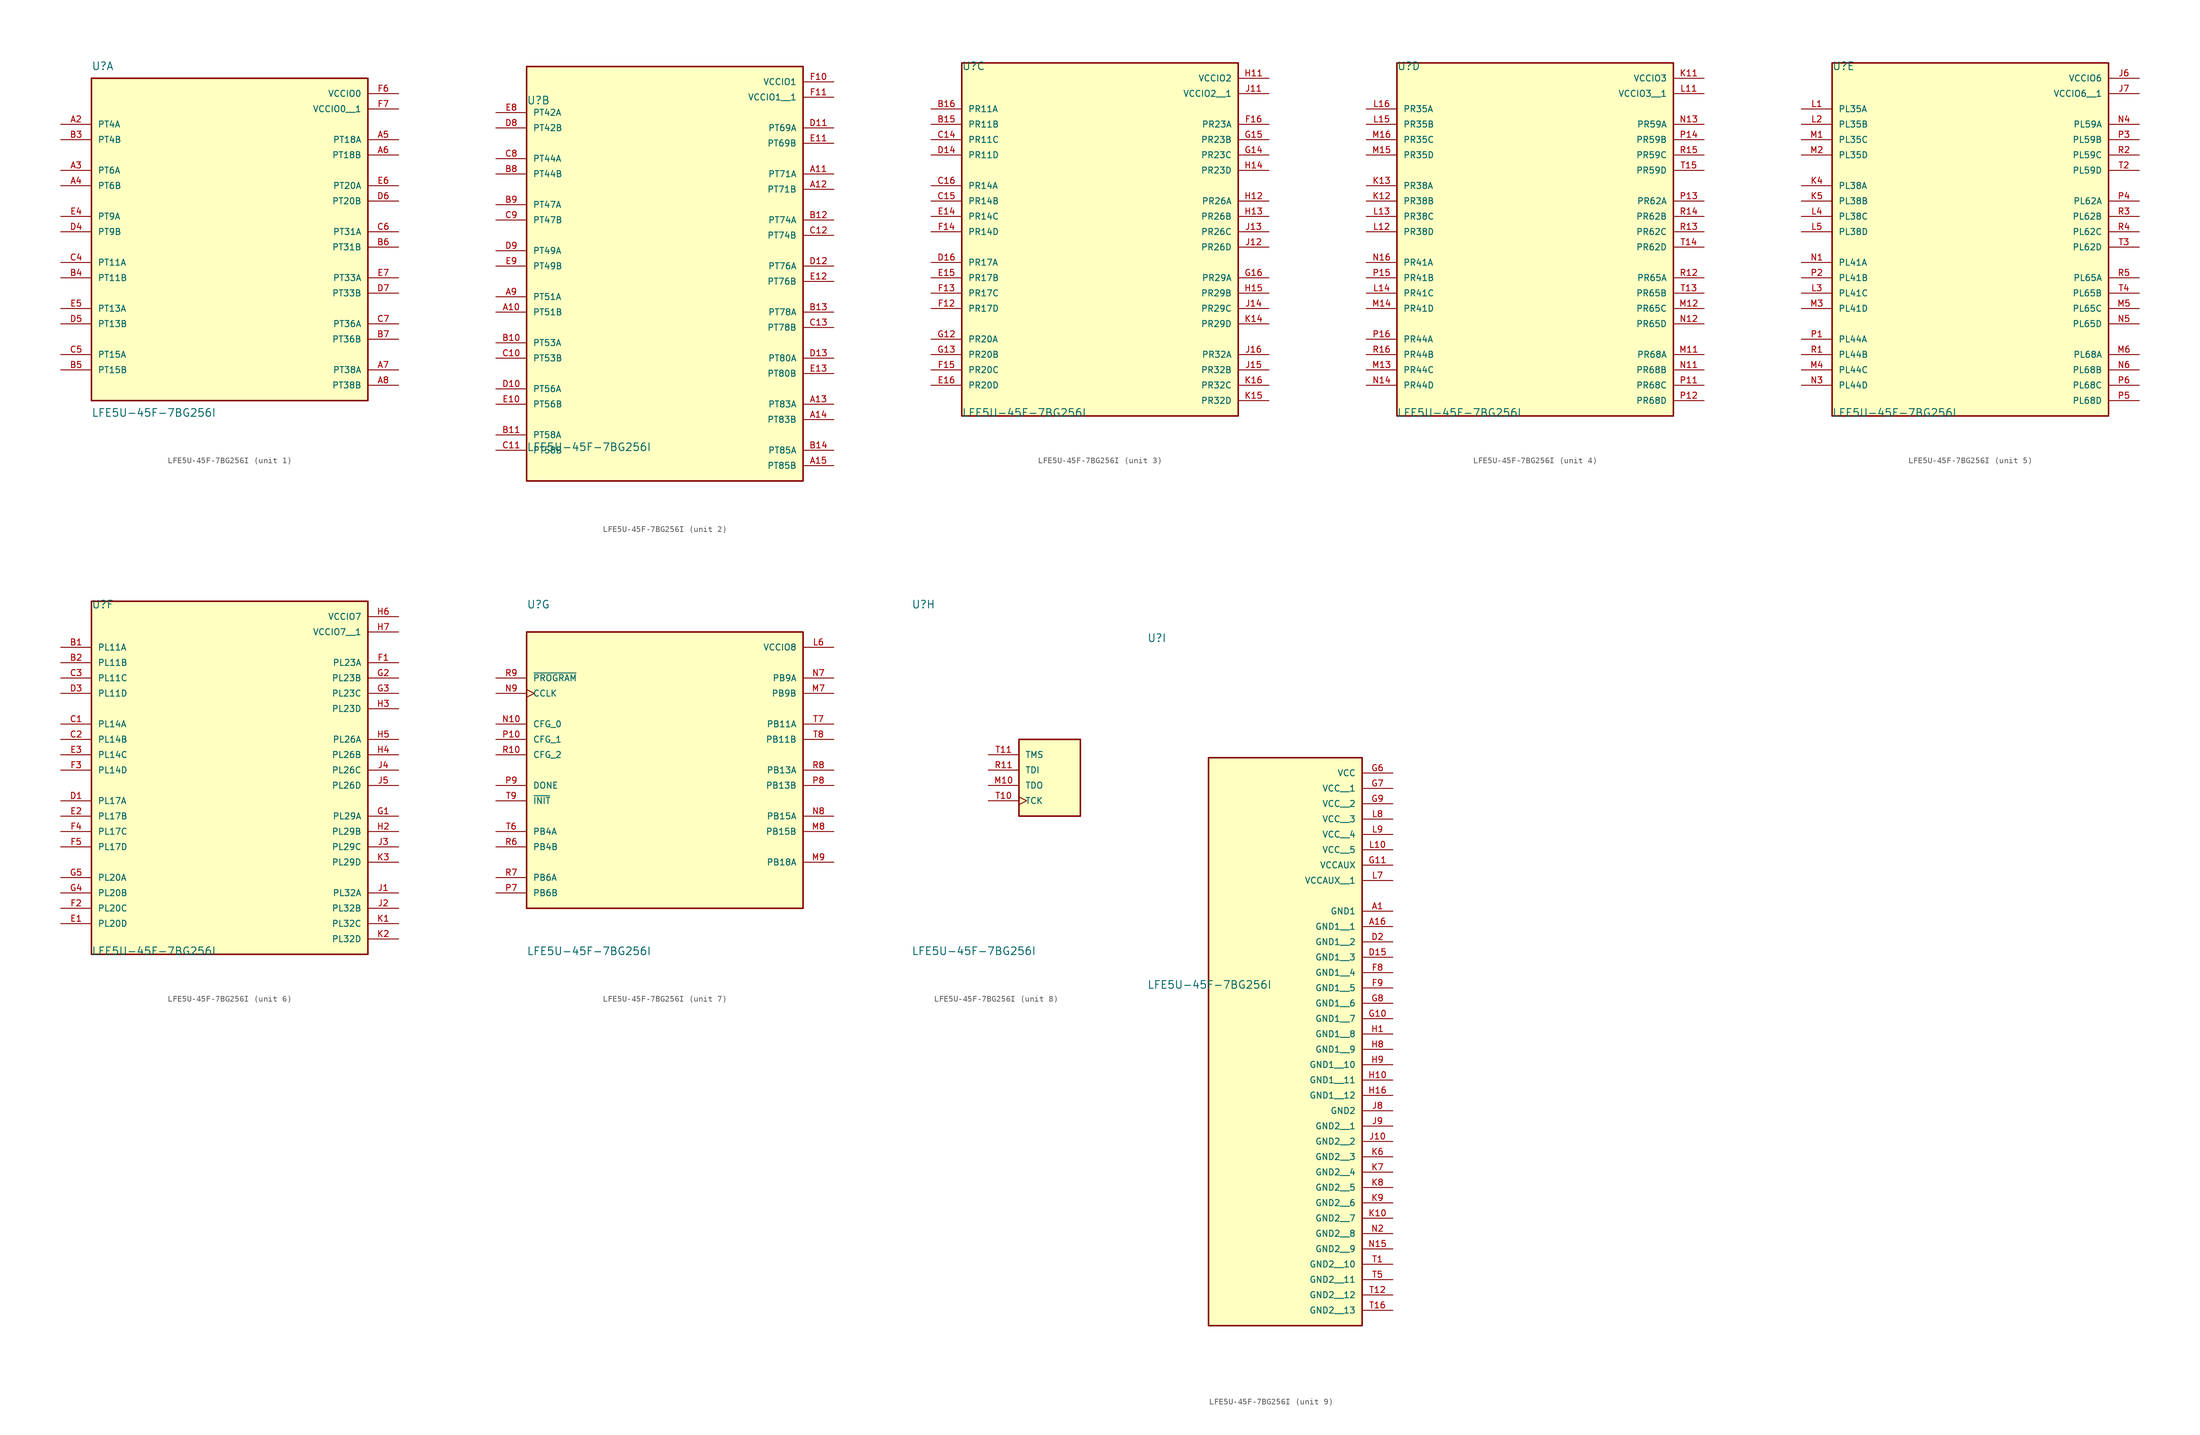
<source format=kicad_sym>
(kicad_symbol_lib
  (version 20211014)
  (generator kicad_symbol_editor)
  (symbol "LFE5U-45F-7BG256I"
    (pin_names
      (offset 1.016))
    (property "Reference" "U"
      (at -22.86 26.67 0)
      (effects (font (size 1.27 1.27)) (justify bottom left)))
    (property "Value" "LFE5U-45F-7BG256I"
      (at -22.86 -29.21 0)
      (effects (font (size 1.27 1.27)) (justify top left)))
    (symbol "LFE5U-45F-7BG256I_1_0"
      (rectangle (start -22.86 -27.94) (end 22.86 25.4) (stroke (width 0.254)) (fill (type background)))
      (pin power_in line (at 27.94 22.86 180.0) (length 5.08) (name "VCCIO0" (effects (font (size 1.016 1.016)))) (number "F6" (effects (font (size 1.016 1.016)))))
      (pin bidirectional line (at -27.94 -5.08 0) (length 5.08) (name "PT11A" (effects (font (size 1.016 1.016)))) (number "C4" (effects (font (size 1.016 1.016)))))
      (pin bidirectional line (at -27.94 -7.62 0) (length 5.08) (name "PT11B" (effects (font (size 1.016 1.016)))) (number "B4" (effects (font (size 1.016 1.016)))))
      (pin bidirectional line (at -27.94 -12.7 0) (length 5.08) (name "PT13A" (effects (font (size 1.016 1.016)))) (number "E5" (effects (font (size 1.016 1.016)))))
      (pin bidirectional line (at -27.94 -15.24 0) (length 5.08) (name "PT13B" (effects (font (size 1.016 1.016)))) (number "D5" (effects (font (size 1.016 1.016)))))
      (pin bidirectional line (at -27.94 -20.32 0) (length 5.08) (name "PT15A" (effects (font (size 1.016 1.016)))) (number "C5" (effects (font (size 1.016 1.016)))))
      (pin bidirectional line (at -27.94 -22.86 0) (length 5.08) (name "PT15B" (effects (font (size 1.016 1.016)))) (number "B5" (effects (font (size 1.016 1.016)))))
      (pin bidirectional line (at 27.94 15.24 180.0) (length 5.08) (name "PT18A" (effects (font (size 1.016 1.016)))) (number "A5" (effects (font (size 1.016 1.016)))))
      (pin bidirectional line (at 27.94 12.7 180.0) (length 5.08) (name "PT18B" (effects (font (size 1.016 1.016)))) (number "A6" (effects (font (size 1.016 1.016)))))
      (pin bidirectional line (at 27.94 7.62 180.0) (length 5.08) (name "PT20A" (effects (font (size 1.016 1.016)))) (number "E6" (effects (font (size 1.016 1.016)))))
      (pin bidirectional line (at 27.94 5.08 180.0) (length 5.08) (name "PT20B" (effects (font (size 1.016 1.016)))) (number "D6" (effects (font (size 1.016 1.016)))))
      (pin bidirectional line (at 27.94 0.0 180.0) (length 5.08) (name "PT31A" (effects (font (size 1.016 1.016)))) (number "C6" (effects (font (size 1.016 1.016)))))
      (pin bidirectional line (at 27.94 -2.54 180.0) (length 5.08) (name "PT31B" (effects (font (size 1.016 1.016)))) (number "B6" (effects (font (size 1.016 1.016)))))
      (pin bidirectional line (at 27.94 -7.62 180.0) (length 5.08) (name "PT33A" (effects (font (size 1.016 1.016)))) (number "E7" (effects (font (size 1.016 1.016)))))
      (pin bidirectional line (at 27.94 -10.16 180.0) (length 5.08) (name "PT33B" (effects (font (size 1.016 1.016)))) (number "D7" (effects (font (size 1.016 1.016)))))
      (pin bidirectional line (at 27.94 -15.24 180.0) (length 5.08) (name "PT36A" (effects (font (size 1.016 1.016)))) (number "C7" (effects (font (size 1.016 1.016)))))
      (pin bidirectional line (at 27.94 -17.78 180.0) (length 5.08) (name "PT36B" (effects (font (size 1.016 1.016)))) (number "B7" (effects (font (size 1.016 1.016)))))
      (pin bidirectional line (at 27.94 -22.86 180.0) (length 5.08) (name "PT38A" (effects (font (size 1.016 1.016)))) (number "A7" (effects (font (size 1.016 1.016)))))
      (pin bidirectional line (at 27.94 -25.4 180.0) (length 5.08) (name "PT38B" (effects (font (size 1.016 1.016)))) (number "A8" (effects (font (size 1.016 1.016)))))
      (pin bidirectional line (at -27.94 17.78 0) (length 5.08) (name "PT4A" (effects (font (size 1.016 1.016)))) (number "A2" (effects (font (size 1.016 1.016)))))
      (pin bidirectional line (at -27.94 15.24 0) (length 5.08) (name "PT4B" (effects (font (size 1.016 1.016)))) (number "B3" (effects (font (size 1.016 1.016)))))
      (pin bidirectional line (at -27.94 10.16 0) (length 5.08) (name "PT6A" (effects (font (size 1.016 1.016)))) (number "A3" (effects (font (size 1.016 1.016)))))
      (pin bidirectional line (at -27.94 7.62 0) (length 5.08) (name "PT6B" (effects (font (size 1.016 1.016)))) (number "A4" (effects (font (size 1.016 1.016)))))
      (pin bidirectional line (at -27.94 2.54 0) (length 5.08) (name "PT9A" (effects (font (size 1.016 1.016)))) (number "E4" (effects (font (size 1.016 1.016)))))
      (pin bidirectional line (at -27.94 0.0 0) (length 5.08) (name "PT9B" (effects (font (size 1.016 1.016)))) (number "D4" (effects (font (size 1.016 1.016)))))
      (pin power_in line (at 27.94 20.32 180.0) (length 5.08) (name "VCCIO0__1" (effects (font (size 1.016 1.016)))) (number "F7" (effects (font (size 1.016 1.016))))))
    (symbol "LFE5U-45F-7BG256I_2_0"
      (rectangle (start -22.86 -35.56) (end 22.86 33.02) (stroke (width 0.254)) (fill (type background)))
      (pin power_in line (at 27.94 30.48 180.0) (length 5.08) (name "VCCIO1" (effects (font (size 1.016 1.016)))) (number "F10" (effects (font (size 1.016 1.016)))))
      (pin bidirectional line (at -27.94 25.4 0) (length 5.08) (name "PT42A" (effects (font (size 1.016 1.016)))) (number "E8" (effects (font (size 1.016 1.016)))))
      (pin bidirectional line (at -27.94 22.86 0) (length 5.08) (name "PT42B" (effects (font (size 1.016 1.016)))) (number "D8" (effects (font (size 1.016 1.016)))))
      (pin bidirectional line (at -27.94 17.78 0) (length 5.08) (name "PT44A" (effects (font (size 1.016 1.016)))) (number "C8" (effects (font (size 1.016 1.016)))))
      (pin bidirectional line (at -27.94 15.24 0) (length 5.08) (name "PT44B" (effects (font (size 1.016 1.016)))) (number "B8" (effects (font (size 1.016 1.016)))))
      (pin bidirectional line (at -27.94 10.16 0) (length 5.08) (name "PT47A" (effects (font (size 1.016 1.016)))) (number "B9" (effects (font (size 1.016 1.016)))))
      (pin bidirectional line (at -27.94 7.62 0) (length 5.08) (name "PT47B" (effects (font (size 1.016 1.016)))) (number "C9" (effects (font (size 1.016 1.016)))))
      (pin bidirectional line (at -27.94 2.54 0) (length 5.08) (name "PT49A" (effects (font (size 1.016 1.016)))) (number "D9" (effects (font (size 1.016 1.016)))))
      (pin bidirectional line (at -27.94 0.0 0) (length 5.08) (name "PT49B" (effects (font (size 1.016 1.016)))) (number "E9" (effects (font (size 1.016 1.016)))))
      (pin bidirectional line (at -27.94 -5.08 0) (length 5.08) (name "PT51A" (effects (font (size 1.016 1.016)))) (number "A9" (effects (font (size 1.016 1.016)))))
      (pin bidirectional line (at -27.94 -7.62 0) (length 5.08) (name "PT51B" (effects (font (size 1.016 1.016)))) (number "A10" (effects (font (size 1.016 1.016)))))
      (pin bidirectional line (at -27.94 -12.7 0) (length 5.08) (name "PT53A" (effects (font (size 1.016 1.016)))) (number "B10" (effects (font (size 1.016 1.016)))))
      (pin bidirectional line (at -27.94 -15.24 0) (length 5.08) (name "PT53B" (effects (font (size 1.016 1.016)))) (number "C10" (effects (font (size 1.016 1.016)))))
      (pin bidirectional line (at -27.94 -20.32 0) (length 5.08) (name "PT56A" (effects (font (size 1.016 1.016)))) (number "D10" (effects (font (size 1.016 1.016)))))
      (pin bidirectional line (at -27.94 -22.86 0) (length 5.08) (name "PT56B" (effects (font (size 1.016 1.016)))) (number "E10" (effects (font (size 1.016 1.016)))))
      (pin bidirectional line (at -27.94 -27.94 0) (length 5.08) (name "PT58A" (effects (font (size 1.016 1.016)))) (number "B11" (effects (font (size 1.016 1.016)))))
      (pin bidirectional line (at -27.94 -30.48 0) (length 5.08) (name "PT58B" (effects (font (size 1.016 1.016)))) (number "C11" (effects (font (size 1.016 1.016)))))
      (pin bidirectional line (at 27.94 22.86 180.0) (length 5.08) (name "PT69A" (effects (font (size 1.016 1.016)))) (number "D11" (effects (font (size 1.016 1.016)))))
      (pin bidirectional line (at 27.94 20.32 180.0) (length 5.08) (name "PT69B" (effects (font (size 1.016 1.016)))) (number "E11" (effects (font (size 1.016 1.016)))))
      (pin bidirectional line (at 27.94 15.24 180.0) (length 5.08) (name "PT71A" (effects (font (size 1.016 1.016)))) (number "A11" (effects (font (size 1.016 1.016)))))
      (pin bidirectional line (at 27.94 12.7 180.0) (length 5.08) (name "PT71B" (effects (font (size 1.016 1.016)))) (number "A12" (effects (font (size 1.016 1.016)))))
      (pin bidirectional line (at 27.94 7.62 180.0) (length 5.08) (name "PT74A" (effects (font (size 1.016 1.016)))) (number "B12" (effects (font (size 1.016 1.016)))))
      (pin bidirectional line (at 27.94 5.08 180.0) (length 5.08) (name "PT74B" (effects (font (size 1.016 1.016)))) (number "C12" (effects (font (size 1.016 1.016)))))
      (pin bidirectional line (at 27.94 0.0 180.0) (length 5.08) (name "PT76A" (effects (font (size 1.016 1.016)))) (number "D12" (effects (font (size 1.016 1.016)))))
      (pin bidirectional line (at 27.94 -2.54 180.0) (length 5.08) (name "PT76B" (effects (font (size 1.016 1.016)))) (number "E12" (effects (font (size 1.016 1.016)))))
      (pin bidirectional line (at 27.94 -7.62 180.0) (length 5.08) (name "PT78A" (effects (font (size 1.016 1.016)))) (number "B13" (effects (font (size 1.016 1.016)))))
      (pin bidirectional line (at 27.94 -10.16 180.0) (length 5.08) (name "PT78B" (effects (font (size 1.016 1.016)))) (number "C13" (effects (font (size 1.016 1.016)))))
      (pin bidirectional line (at 27.94 -15.24 180.0) (length 5.08) (name "PT80A" (effects (font (size 1.016 1.016)))) (number "D13" (effects (font (size 1.016 1.016)))))
      (pin bidirectional line (at 27.94 -17.78 180.0) (length 5.08) (name "PT80B" (effects (font (size 1.016 1.016)))) (number "E13" (effects (font (size 1.016 1.016)))))
      (pin bidirectional line (at 27.94 -22.86 180.0) (length 5.08) (name "PT83A" (effects (font (size 1.016 1.016)))) (number "A13" (effects (font (size 1.016 1.016)))))
      (pin bidirectional line (at 27.94 -25.4 180.0) (length 5.08) (name "PT83B" (effects (font (size 1.016 1.016)))) (number "A14" (effects (font (size 1.016 1.016)))))
      (pin bidirectional line (at 27.94 -30.48 180.0) (length 5.08) (name "PT85A" (effects (font (size 1.016 1.016)))) (number "B14" (effects (font (size 1.016 1.016)))))
      (pin bidirectional line (at 27.94 -33.02 180.0) (length 5.08) (name "PT85B" (effects (font (size 1.016 1.016)))) (number "A15" (effects (font (size 1.016 1.016)))))
      (pin power_in line (at 27.94 27.94 180.0) (length 5.08) (name "VCCIO1__1" (effects (font (size 1.016 1.016)))) (number "F11" (effects (font (size 1.016 1.016))))))
    (symbol "LFE5U-45F-7BG256I_3_0"
      (rectangle (start -22.86 -30.48) (end 22.86 27.94) (stroke (width 0.254)) (fill (type background)))
      (pin power_in line (at 27.94 25.4 180.0) (length 5.08) (name "VCCIO2" (effects (font (size 1.016 1.016)))) (number "H11" (effects (font (size 1.016 1.016)))))
      (pin bidirectional line (at -27.94 20.32 0) (length 5.08) (name "PR11A" (effects (font (size 1.016 1.016)))) (number "B16" (effects (font (size 1.016 1.016)))))
      (pin bidirectional line (at -27.94 17.78 0) (length 5.08) (name "PR11B" (effects (font (size 1.016 1.016)))) (number "B15" (effects (font (size 1.016 1.016)))))
      (pin bidirectional line (at -27.94 15.24 0) (length 5.08) (name "PR11C" (effects (font (size 1.016 1.016)))) (number "C14" (effects (font (size 1.016 1.016)))))
      (pin bidirectional line (at -27.94 12.7 0) (length 5.08) (name "PR11D" (effects (font (size 1.016 1.016)))) (number "D14" (effects (font (size 1.016 1.016)))))
      (pin bidirectional line (at -27.94 7.62 0) (length 5.08) (name "PR14A" (effects (font (size 1.016 1.016)))) (number "C16" (effects (font (size 1.016 1.016)))))
      (pin bidirectional line (at -27.94 5.08 0) (length 5.08) (name "PR14B" (effects (font (size 1.016 1.016)))) (number "C15" (effects (font (size 1.016 1.016)))))
      (pin bidirectional line (at -27.94 2.54 0) (length 5.08) (name "PR14C" (effects (font (size 1.016 1.016)))) (number "E14" (effects (font (size 1.016 1.016)))))
      (pin bidirectional line (at -27.94 0.0 0) (length 5.08) (name "PR14D" (effects (font (size 1.016 1.016)))) (number "F14" (effects (font (size 1.016 1.016)))))
      (pin bidirectional line (at -27.94 -5.08 0) (length 5.08) (name "PR17A" (effects (font (size 1.016 1.016)))) (number "D16" (effects (font (size 1.016 1.016)))))
      (pin bidirectional line (at -27.94 -7.62 0) (length 5.08) (name "PR17B" (effects (font (size 1.016 1.016)))) (number "E15" (effects (font (size 1.016 1.016)))))
      (pin bidirectional line (at -27.94 -10.16 0) (length 5.08) (name "PR17C" (effects (font (size 1.016 1.016)))) (number "F13" (effects (font (size 1.016 1.016)))))
      (pin bidirectional line (at -27.94 -12.7 0) (length 5.08) (name "PR17D" (effects (font (size 1.016 1.016)))) (number "F12" (effects (font (size 1.016 1.016)))))
      (pin bidirectional line (at -27.94 -17.78 0) (length 5.08) (name "PR20A" (effects (font (size 1.016 1.016)))) (number "G12" (effects (font (size 1.016 1.016)))))
      (pin bidirectional line (at -27.94 -20.32 0) (length 5.08) (name "PR20B" (effects (font (size 1.016 1.016)))) (number "G13" (effects (font (size 1.016 1.016)))))
      (pin bidirectional line (at -27.94 -22.86 0) (length 5.08) (name "PR20C" (effects (font (size 1.016 1.016)))) (number "F15" (effects (font (size 1.016 1.016)))))
      (pin bidirectional line (at -27.94 -25.4 0) (length 5.08) (name "PR20D" (effects (font (size 1.016 1.016)))) (number "E16" (effects (font (size 1.016 1.016)))))
      (pin bidirectional line (at 27.94 17.78 180.0) (length 5.08) (name "PR23A" (effects (font (size 1.016 1.016)))) (number "F16" (effects (font (size 1.016 1.016)))))
      (pin bidirectional line (at 27.94 15.24 180.0) (length 5.08) (name "PR23B" (effects (font (size 1.016 1.016)))) (number "G15" (effects (font (size 1.016 1.016)))))
      (pin bidirectional line (at 27.94 12.7 180.0) (length 5.08) (name "PR23C" (effects (font (size 1.016 1.016)))) (number "G14" (effects (font (size 1.016 1.016)))))
      (pin bidirectional line (at 27.94 10.16 180.0) (length 5.08) (name "PR23D" (effects (font (size 1.016 1.016)))) (number "H14" (effects (font (size 1.016 1.016)))))
      (pin bidirectional line (at 27.94 5.08 180.0) (length 5.08) (name "PR26A" (effects (font (size 1.016 1.016)))) (number "H12" (effects (font (size 1.016 1.016)))))
      (pin bidirectional line (at 27.94 2.54 180.0) (length 5.08) (name "PR26B" (effects (font (size 1.016 1.016)))) (number "H13" (effects (font (size 1.016 1.016)))))
      (pin bidirectional line (at 27.94 0.0 180.0) (length 5.08) (name "PR26C" (effects (font (size 1.016 1.016)))) (number "J13" (effects (font (size 1.016 1.016)))))
      (pin bidirectional line (at 27.94 -2.54 180.0) (length 5.08) (name "PR26D" (effects (font (size 1.016 1.016)))) (number "J12" (effects (font (size 1.016 1.016)))))
      (pin bidirectional line (at 27.94 -7.62 180.0) (length 5.08) (name "PR29A" (effects (font (size 1.016 1.016)))) (number "G16" (effects (font (size 1.016 1.016)))))
      (pin bidirectional line (at 27.94 -10.16 180.0) (length 5.08) (name "PR29B" (effects (font (size 1.016 1.016)))) (number "H15" (effects (font (size 1.016 1.016)))))
      (pin bidirectional line (at 27.94 -12.7 180.0) (length 5.08) (name "PR29C" (effects (font (size 1.016 1.016)))) (number "J14" (effects (font (size 1.016 1.016)))))
      (pin bidirectional line (at 27.94 -15.24 180.0) (length 5.08) (name "PR29D" (effects (font (size 1.016 1.016)))) (number "K14" (effects (font (size 1.016 1.016)))))
      (pin bidirectional line (at 27.94 -20.32 180.0) (length 5.08) (name "PR32A" (effects (font (size 1.016 1.016)))) (number "J16" (effects (font (size 1.016 1.016)))))
      (pin bidirectional line (at 27.94 -22.86 180.0) (length 5.08) (name "PR32B" (effects (font (size 1.016 1.016)))) (number "J15" (effects (font (size 1.016 1.016)))))
      (pin bidirectional line (at 27.94 -25.4 180.0) (length 5.08) (name "PR32C" (effects (font (size 1.016 1.016)))) (number "K16" (effects (font (size 1.016 1.016)))))
      (pin bidirectional line (at 27.94 -27.94 180.0) (length 5.08) (name "PR32D" (effects (font (size 1.016 1.016)))) (number "K15" (effects (font (size 1.016 1.016)))))
      (pin power_in line (at 27.94 22.86 180.0) (length 5.08) (name "VCCIO2__1" (effects (font (size 1.016 1.016)))) (number "J11" (effects (font (size 1.016 1.016))))))
    (symbol "LFE5U-45F-7BG256I_4_0"
      (rectangle (start -22.86 -30.48) (end 22.86 27.94) (stroke (width 0.254)) (fill (type background)))
      (pin power_in line (at 27.94 25.4 180.0) (length 5.08) (name "VCCIO3" (effects (font (size 1.016 1.016)))) (number "K11" (effects (font (size 1.016 1.016)))))
      (pin bidirectional line (at -27.94 20.32 0) (length 5.08) (name "PR35A" (effects (font (size 1.016 1.016)))) (number "L16" (effects (font (size 1.016 1.016)))))
      (pin bidirectional line (at -27.94 17.78 0) (length 5.08) (name "PR35B" (effects (font (size 1.016 1.016)))) (number "L15" (effects (font (size 1.016 1.016)))))
      (pin bidirectional line (at -27.94 15.24 0) (length 5.08) (name "PR35C" (effects (font (size 1.016 1.016)))) (number "M16" (effects (font (size 1.016 1.016)))))
      (pin bidirectional line (at -27.94 12.7 0) (length 5.08) (name "PR35D" (effects (font (size 1.016 1.016)))) (number "M15" (effects (font (size 1.016 1.016)))))
      (pin bidirectional line (at -27.94 7.62 0) (length 5.08) (name "PR38A" (effects (font (size 1.016 1.016)))) (number "K13" (effects (font (size 1.016 1.016)))))
      (pin bidirectional line (at -27.94 5.08 0) (length 5.08) (name "PR38B" (effects (font (size 1.016 1.016)))) (number "K12" (effects (font (size 1.016 1.016)))))
      (pin bidirectional line (at -27.94 2.54 0) (length 5.08) (name "PR38C" (effects (font (size 1.016 1.016)))) (number "L13" (effects (font (size 1.016 1.016)))))
      (pin bidirectional line (at -27.94 0.0 0) (length 5.08) (name "PR38D" (effects (font (size 1.016 1.016)))) (number "L12" (effects (font (size 1.016 1.016)))))
      (pin bidirectional line (at -27.94 -5.08 0) (length 5.08) (name "PR41A" (effects (font (size 1.016 1.016)))) (number "N16" (effects (font (size 1.016 1.016)))))
      (pin bidirectional line (at -27.94 -7.62 0) (length 5.08) (name "PR41B" (effects (font (size 1.016 1.016)))) (number "P15" (effects (font (size 1.016 1.016)))))
      (pin bidirectional line (at -27.94 -10.16 0) (length 5.08) (name "PR41C" (effects (font (size 1.016 1.016)))) (number "L14" (effects (font (size 1.016 1.016)))))
      (pin bidirectional line (at -27.94 -12.7 0) (length 5.08) (name "PR41D" (effects (font (size 1.016 1.016)))) (number "M14" (effects (font (size 1.016 1.016)))))
      (pin bidirectional line (at -27.94 -17.78 0) (length 5.08) (name "PR44A" (effects (font (size 1.016 1.016)))) (number "P16" (effects (font (size 1.016 1.016)))))
      (pin bidirectional line (at -27.94 -20.32 0) (length 5.08) (name "PR44B" (effects (font (size 1.016 1.016)))) (number "R16" (effects (font (size 1.016 1.016)))))
      (pin bidirectional line (at -27.94 -22.86 0) (length 5.08) (name "PR44C" (effects (font (size 1.016 1.016)))) (number "M13" (effects (font (size 1.016 1.016)))))
      (pin bidirectional line (at -27.94 -25.4 0) (length 5.08) (name "PR44D" (effects (font (size 1.016 1.016)))) (number "N14" (effects (font (size 1.016 1.016)))))
      (pin bidirectional line (at 27.94 17.78 180.0) (length 5.08) (name "PR59A" (effects (font (size 1.016 1.016)))) (number "N13" (effects (font (size 1.016 1.016)))))
      (pin bidirectional line (at 27.94 15.24 180.0) (length 5.08) (name "PR59B" (effects (font (size 1.016 1.016)))) (number "P14" (effects (font (size 1.016 1.016)))))
      (pin bidirectional line (at 27.94 12.7 180.0) (length 5.08) (name "PR59C" (effects (font (size 1.016 1.016)))) (number "R15" (effects (font (size 1.016 1.016)))))
      (pin bidirectional line (at 27.94 10.16 180.0) (length 5.08) (name "PR59D" (effects (font (size 1.016 1.016)))) (number "T15" (effects (font (size 1.016 1.016)))))
      (pin bidirectional line (at 27.94 5.08 180.0) (length 5.08) (name "PR62A" (effects (font (size 1.016 1.016)))) (number "P13" (effects (font (size 1.016 1.016)))))
      (pin bidirectional line (at 27.94 2.54 180.0) (length 5.08) (name "PR62B" (effects (font (size 1.016 1.016)))) (number "R14" (effects (font (size 1.016 1.016)))))
      (pin bidirectional line (at 27.94 0.0 180.0) (length 5.08) (name "PR62C" (effects (font (size 1.016 1.016)))) (number "R13" (effects (font (size 1.016 1.016)))))
      (pin bidirectional line (at 27.94 -2.54 180.0) (length 5.08) (name "PR62D" (effects (font (size 1.016 1.016)))) (number "T14" (effects (font (size 1.016 1.016)))))
      (pin bidirectional line (at 27.94 -7.62 180.0) (length 5.08) (name "PR65A" (effects (font (size 1.016 1.016)))) (number "R12" (effects (font (size 1.016 1.016)))))
      (pin bidirectional line (at 27.94 -10.16 180.0) (length 5.08) (name "PR65B" (effects (font (size 1.016 1.016)))) (number "T13" (effects (font (size 1.016 1.016)))))
      (pin bidirectional line (at 27.94 -12.7 180.0) (length 5.08) (name "PR65C" (effects (font (size 1.016 1.016)))) (number "M12" (effects (font (size 1.016 1.016)))))
      (pin bidirectional line (at 27.94 -15.24 180.0) (length 5.08) (name "PR65D" (effects (font (size 1.016 1.016)))) (number "N12" (effects (font (size 1.016 1.016)))))
      (pin bidirectional line (at 27.94 -20.32 180.0) (length 5.08) (name "PR68A" (effects (font (size 1.016 1.016)))) (number "M11" (effects (font (size 1.016 1.016)))))
      (pin bidirectional line (at 27.94 -22.86 180.0) (length 5.08) (name "PR68B" (effects (font (size 1.016 1.016)))) (number "N11" (effects (font (size 1.016 1.016)))))
      (pin bidirectional line (at 27.94 -25.4 180.0) (length 5.08) (name "PR68C" (effects (font (size 1.016 1.016)))) (number "P11" (effects (font (size 1.016 1.016)))))
      (pin bidirectional line (at 27.94 -27.94 180.0) (length 5.08) (name "PR68D" (effects (font (size 1.016 1.016)))) (number "P12" (effects (font (size 1.016 1.016)))))
      (pin power_in line (at 27.94 22.86 180.0) (length 5.08) (name "VCCIO3__1" (effects (font (size 1.016 1.016)))) (number "L11" (effects (font (size 1.016 1.016))))))
    (symbol "LFE5U-45F-7BG256I_5_0"
      (rectangle (start -22.86 -30.48) (end 22.86 27.94) (stroke (width 0.254)) (fill (type background)))
      (pin power_in line (at 27.94 25.4 180.0) (length 5.08) (name "VCCIO6" (effects (font (size 1.016 1.016)))) (number "J6" (effects (font (size 1.016 1.016)))))
      (pin bidirectional line (at -27.94 20.32 0) (length 5.08) (name "PL35A" (effects (font (size 1.016 1.016)))) (number "L1" (effects (font (size 1.016 1.016)))))
      (pin bidirectional line (at -27.94 17.78 0) (length 5.08) (name "PL35B" (effects (font (size 1.016 1.016)))) (number "L2" (effects (font (size 1.016 1.016)))))
      (pin bidirectional line (at -27.94 15.24 0) (length 5.08) (name "PL35C" (effects (font (size 1.016 1.016)))) (number "M1" (effects (font (size 1.016 1.016)))))
      (pin bidirectional line (at -27.94 12.7 0) (length 5.08) (name "PL35D" (effects (font (size 1.016 1.016)))) (number "M2" (effects (font (size 1.016 1.016)))))
      (pin bidirectional line (at -27.94 7.62 0) (length 5.08) (name "PL38A" (effects (font (size 1.016 1.016)))) (number "K4" (effects (font (size 1.016 1.016)))))
      (pin bidirectional line (at -27.94 5.08 0) (length 5.08) (name "PL38B" (effects (font (size 1.016 1.016)))) (number "K5" (effects (font (size 1.016 1.016)))))
      (pin bidirectional line (at -27.94 2.54 0) (length 5.08) (name "PL38C" (effects (font (size 1.016 1.016)))) (number "L4" (effects (font (size 1.016 1.016)))))
      (pin bidirectional line (at -27.94 0.0 0) (length 5.08) (name "PL38D" (effects (font (size 1.016 1.016)))) (number "L5" (effects (font (size 1.016 1.016)))))
      (pin bidirectional line (at -27.94 -5.08 0) (length 5.08) (name "PL41A" (effects (font (size 1.016 1.016)))) (number "N1" (effects (font (size 1.016 1.016)))))
      (pin bidirectional line (at -27.94 -7.62 0) (length 5.08) (name "PL41B" (effects (font (size 1.016 1.016)))) (number "P2" (effects (font (size 1.016 1.016)))))
      (pin bidirectional line (at -27.94 -10.16 0) (length 5.08) (name "PL41C" (effects (font (size 1.016 1.016)))) (number "L3" (effects (font (size 1.016 1.016)))))
      (pin bidirectional line (at -27.94 -12.7 0) (length 5.08) (name "PL41D" (effects (font (size 1.016 1.016)))) (number "M3" (effects (font (size 1.016 1.016)))))
      (pin bidirectional line (at -27.94 -17.78 0) (length 5.08) (name "PL44A" (effects (font (size 1.016 1.016)))) (number "P1" (effects (font (size 1.016 1.016)))))
      (pin bidirectional line (at -27.94 -20.32 0) (length 5.08) (name "PL44B" (effects (font (size 1.016 1.016)))) (number "R1" (effects (font (size 1.016 1.016)))))
      (pin bidirectional line (at -27.94 -22.86 0) (length 5.08) (name "PL44C" (effects (font (size 1.016 1.016)))) (number "M4" (effects (font (size 1.016 1.016)))))
      (pin bidirectional line (at -27.94 -25.4 0) (length 5.08) (name "PL44D" (effects (font (size 1.016 1.016)))) (number "N3" (effects (font (size 1.016 1.016)))))
      (pin bidirectional line (at 27.94 17.78 180.0) (length 5.08) (name "PL59A" (effects (font (size 1.016 1.016)))) (number "N4" (effects (font (size 1.016 1.016)))))
      (pin bidirectional line (at 27.94 15.24 180.0) (length 5.08) (name "PL59B" (effects (font (size 1.016 1.016)))) (number "P3" (effects (font (size 1.016 1.016)))))
      (pin bidirectional line (at 27.94 12.7 180.0) (length 5.08) (name "PL59C" (effects (font (size 1.016 1.016)))) (number "R2" (effects (font (size 1.016 1.016)))))
      (pin bidirectional line (at 27.94 10.16 180.0) (length 5.08) (name "PL59D" (effects (font (size 1.016 1.016)))) (number "T2" (effects (font (size 1.016 1.016)))))
      (pin bidirectional line (at 27.94 5.08 180.0) (length 5.08) (name "PL62A" (effects (font (size 1.016 1.016)))) (number "P4" (effects (font (size 1.016 1.016)))))
      (pin bidirectional line (at 27.94 2.54 180.0) (length 5.08) (name "PL62B" (effects (font (size 1.016 1.016)))) (number "R3" (effects (font (size 1.016 1.016)))))
      (pin bidirectional line (at 27.94 0.0 180.0) (length 5.08) (name "PL62C" (effects (font (size 1.016 1.016)))) (number "R4" (effects (font (size 1.016 1.016)))))
      (pin bidirectional line (at 27.94 -2.54 180.0) (length 5.08) (name "PL62D" (effects (font (size 1.016 1.016)))) (number "T3" (effects (font (size 1.016 1.016)))))
      (pin bidirectional line (at 27.94 -7.62 180.0) (length 5.08) (name "PL65A" (effects (font (size 1.016 1.016)))) (number "R5" (effects (font (size 1.016 1.016)))))
      (pin bidirectional line (at 27.94 -10.16 180.0) (length 5.08) (name "PL65B" (effects (font (size 1.016 1.016)))) (number "T4" (effects (font (size 1.016 1.016)))))
      (pin bidirectional line (at 27.94 -12.7 180.0) (length 5.08) (name "PL65C" (effects (font (size 1.016 1.016)))) (number "M5" (effects (font (size 1.016 1.016)))))
      (pin bidirectional line (at 27.94 -15.24 180.0) (length 5.08) (name "PL65D" (effects (font (size 1.016 1.016)))) (number "N5" (effects (font (size 1.016 1.016)))))
      (pin bidirectional line (at 27.94 -20.32 180.0) (length 5.08) (name "PL68A" (effects (font (size 1.016 1.016)))) (number "M6" (effects (font (size 1.016 1.016)))))
      (pin bidirectional line (at 27.94 -22.86 180.0) (length 5.08) (name "PL68B" (effects (font (size 1.016 1.016)))) (number "N6" (effects (font (size 1.016 1.016)))))
      (pin bidirectional line (at 27.94 -25.4 180.0) (length 5.08) (name "PL68C" (effects (font (size 1.016 1.016)))) (number "P6" (effects (font (size 1.016 1.016)))))
      (pin bidirectional line (at 27.94 -27.94 180.0) (length 5.08) (name "PL68D" (effects (font (size 1.016 1.016)))) (number "P5" (effects (font (size 1.016 1.016)))))
      (pin power_in line (at 27.94 22.86 180.0) (length 5.08) (name "VCCIO6__1" (effects (font (size 1.016 1.016)))) (number "J7" (effects (font (size 1.016 1.016))))))
    (symbol "LFE5U-45F-7BG256I_6_0"
      (rectangle (start -22.86 -30.48) (end 22.86 27.94) (stroke (width 0.254)) (fill (type background)))
      (pin power_in line (at 27.94 25.4 180.0) (length 5.08) (name "VCCIO7" (effects (font (size 1.016 1.016)))) (number "H6" (effects (font (size 1.016 1.016)))))
      (pin bidirectional line (at -27.94 20.32 0) (length 5.08) (name "PL11A" (effects (font (size 1.016 1.016)))) (number "B1" (effects (font (size 1.016 1.016)))))
      (pin bidirectional line (at -27.94 17.78 0) (length 5.08) (name "PL11B" (effects (font (size 1.016 1.016)))) (number "B2" (effects (font (size 1.016 1.016)))))
      (pin bidirectional line (at -27.94 15.24 0) (length 5.08) (name "PL11C" (effects (font (size 1.016 1.016)))) (number "C3" (effects (font (size 1.016 1.016)))))
      (pin bidirectional line (at -27.94 12.7 0) (length 5.08) (name "PL11D" (effects (font (size 1.016 1.016)))) (number "D3" (effects (font (size 1.016 1.016)))))
      (pin bidirectional line (at -27.94 7.62 0) (length 5.08) (name "PL14A" (effects (font (size 1.016 1.016)))) (number "C1" (effects (font (size 1.016 1.016)))))
      (pin bidirectional line (at -27.94 5.08 0) (length 5.08) (name "PL14B" (effects (font (size 1.016 1.016)))) (number "C2" (effects (font (size 1.016 1.016)))))
      (pin bidirectional line (at -27.94 2.54 0) (length 5.08) (name "PL14C" (effects (font (size 1.016 1.016)))) (number "E3" (effects (font (size 1.016 1.016)))))
      (pin bidirectional line (at -27.94 0.0 0) (length 5.08) (name "PL14D" (effects (font (size 1.016 1.016)))) (number "F3" (effects (font (size 1.016 1.016)))))
      (pin bidirectional line (at -27.94 -5.08 0) (length 5.08) (name "PL17A" (effects (font (size 1.016 1.016)))) (number "D1" (effects (font (size 1.016 1.016)))))
      (pin bidirectional line (at -27.94 -7.62 0) (length 5.08) (name "PL17B" (effects (font (size 1.016 1.016)))) (number "E2" (effects (font (size 1.016 1.016)))))
      (pin bidirectional line (at -27.94 -10.16 0) (length 5.08) (name "PL17C" (effects (font (size 1.016 1.016)))) (number "F4" (effects (font (size 1.016 1.016)))))
      (pin bidirectional line (at -27.94 -12.7 0) (length 5.08) (name "PL17D" (effects (font (size 1.016 1.016)))) (number "F5" (effects (font (size 1.016 1.016)))))
      (pin bidirectional line (at -27.94 -17.78 0) (length 5.08) (name "PL20A" (effects (font (size 1.016 1.016)))) (number "G5" (effects (font (size 1.016 1.016)))))
      (pin bidirectional line (at -27.94 -20.32 0) (length 5.08) (name "PL20B" (effects (font (size 1.016 1.016)))) (number "G4" (effects (font (size 1.016 1.016)))))
      (pin bidirectional line (at -27.94 -22.86 0) (length 5.08) (name "PL20C" (effects (font (size 1.016 1.016)))) (number "F2" (effects (font (size 1.016 1.016)))))
      (pin bidirectional line (at -27.94 -25.4 0) (length 5.08) (name "PL20D" (effects (font (size 1.016 1.016)))) (number "E1" (effects (font (size 1.016 1.016)))))
      (pin bidirectional line (at 27.94 17.78 180.0) (length 5.08) (name "PL23A" (effects (font (size 1.016 1.016)))) (number "F1" (effects (font (size 1.016 1.016)))))
      (pin bidirectional line (at 27.94 15.24 180.0) (length 5.08) (name "PL23B" (effects (font (size 1.016 1.016)))) (number "G2" (effects (font (size 1.016 1.016)))))
      (pin bidirectional line (at 27.94 12.7 180.0) (length 5.08) (name "PL23C" (effects (font (size 1.016 1.016)))) (number "G3" (effects (font (size 1.016 1.016)))))
      (pin bidirectional line (at 27.94 10.16 180.0) (length 5.08) (name "PL23D" (effects (font (size 1.016 1.016)))) (number "H3" (effects (font (size 1.016 1.016)))))
      (pin bidirectional line (at 27.94 5.08 180.0) (length 5.08) (name "PL26A" (effects (font (size 1.016 1.016)))) (number "H5" (effects (font (size 1.016 1.016)))))
      (pin bidirectional line (at 27.94 2.54 180.0) (length 5.08) (name "PL26B" (effects (font (size 1.016 1.016)))) (number "H4" (effects (font (size 1.016 1.016)))))
      (pin bidirectional line (at 27.94 0.0 180.0) (length 5.08) (name "PL26C" (effects (font (size 1.016 1.016)))) (number "J4" (effects (font (size 1.016 1.016)))))
      (pin bidirectional line (at 27.94 -2.54 180.0) (length 5.08) (name "PL26D" (effects (font (size 1.016 1.016)))) (number "J5" (effects (font (size 1.016 1.016)))))
      (pin bidirectional line (at 27.94 -7.62 180.0) (length 5.08) (name "PL29A" (effects (font (size 1.016 1.016)))) (number "G1" (effects (font (size 1.016 1.016)))))
      (pin bidirectional line (at 27.94 -10.16 180.0) (length 5.08) (name "PL29B" (effects (font (size 1.016 1.016)))) (number "H2" (effects (font (size 1.016 1.016)))))
      (pin bidirectional line (at 27.94 -12.7 180.0) (length 5.08) (name "PL29C" (effects (font (size 1.016 1.016)))) (number "J3" (effects (font (size 1.016 1.016)))))
      (pin bidirectional line (at 27.94 -15.24 180.0) (length 5.08) (name "PL29D" (effects (font (size 1.016 1.016)))) (number "K3" (effects (font (size 1.016 1.016)))))
      (pin bidirectional line (at 27.94 -20.32 180.0) (length 5.08) (name "PL32A" (effects (font (size 1.016 1.016)))) (number "J1" (effects (font (size 1.016 1.016)))))
      (pin bidirectional line (at 27.94 -22.86 180.0) (length 5.08) (name "PL32B" (effects (font (size 1.016 1.016)))) (number "J2" (effects (font (size 1.016 1.016)))))
      (pin bidirectional line (at 27.94 -25.4 180.0) (length 5.08) (name "PL32C" (effects (font (size 1.016 1.016)))) (number "K1" (effects (font (size 1.016 1.016)))))
      (pin bidirectional line (at 27.94 -27.94 180.0) (length 5.08) (name "PL32D" (effects (font (size 1.016 1.016)))) (number "K2" (effects (font (size 1.016 1.016)))))
      (pin power_in line (at 27.94 22.86 180.0) (length 5.08) (name "VCCIO7__1" (effects (font (size 1.016 1.016)))) (number "H7" (effects (font (size 1.016 1.016))))))
    (symbol "LFE5U-45F-7BG256I_7_0"
      (rectangle (start -22.86 -22.86) (end 22.86 22.86) (stroke (width 0.254)) (fill (type background)))
      (pin power_in line (at 27.94 20.32 180.0) (length 5.08) (name "VCCIO8" (effects (font (size 1.016 1.016)))) (number "L6" (effects (font (size 1.016 1.016)))))
      (pin input clock (at -27.94 12.7 0) (length 5.08) (name "CCLK" (effects (font (size 1.016 1.016)))) (number "N9" (effects (font (size 1.016 1.016)))))
      (pin input line (at -27.94 7.62 0) (length 5.08) (name "CFG_0" (effects (font (size 1.016 1.016)))) (number "N10" (effects (font (size 1.016 1.016)))))
      (pin input line (at -27.94 5.08 0) (length 5.08) (name "CFG_1" (effects (font (size 1.016 1.016)))) (number "P10" (effects (font (size 1.016 1.016)))))
      (pin input line (at -27.94 2.54 0) (length 5.08) (name "CFG_2" (effects (font (size 1.016 1.016)))) (number "R10" (effects (font (size 1.016 1.016)))))
      (pin input line (at -27.94 15.24 0) (length 5.08) (name "~{PROGRAM}" (effects (font (size 1.016 1.016)))) (number "R9" (effects (font (size 1.016 1.016)))))
      (pin bidirectional line (at -27.94 -2.54 0) (length 5.08) (name "DONE" (effects (font (size 1.016 1.016)))) (number "P9" (effects (font (size 1.016 1.016)))))
      (pin bidirectional line (at -27.94 -5.08 0) (length 5.08) (name "~{INIT}" (effects (font (size 1.016 1.016)))) (number "T9" (effects (font (size 1.016 1.016)))))
      (pin bidirectional line (at 27.94 7.62 180.0) (length 5.08) (name "PB11A" (effects (font (size 1.016 1.016)))) (number "T7" (effects (font (size 1.016 1.016)))))
      (pin bidirectional line (at 27.94 5.08 180.0) (length 5.08) (name "PB11B" (effects (font (size 1.016 1.016)))) (number "T8" (effects (font (size 1.016 1.016)))))
      (pin bidirectional line (at 27.94 0.0 180.0) (length 5.08) (name "PB13A" (effects (font (size 1.016 1.016)))) (number "R8" (effects (font (size 1.016 1.016)))))
      (pin bidirectional line (at 27.94 -2.54 180.0) (length 5.08) (name "PB13B" (effects (font (size 1.016 1.016)))) (number "P8" (effects (font (size 1.016 1.016)))))
      (pin bidirectional line (at 27.94 -7.62 180.0) (length 5.08) (name "PB15A" (effects (font (size 1.016 1.016)))) (number "N8" (effects (font (size 1.016 1.016)))))
      (pin bidirectional line (at 27.94 -10.16 180.0) (length 5.08) (name "PB15B" (effects (font (size 1.016 1.016)))) (number "M8" (effects (font (size 1.016 1.016)))))
      (pin bidirectional line (at 27.94 -15.24 180.0) (length 5.08) (name "PB18A" (effects (font (size 1.016 1.016)))) (number "M9" (effects (font (size 1.016 1.016)))))
      (pin bidirectional line (at -27.94 -10.16 0) (length 5.08) (name "PB4A" (effects (font (size 1.016 1.016)))) (number "T6" (effects (font (size 1.016 1.016)))))
      (pin bidirectional line (at -27.94 -12.7 0) (length 5.08) (name "PB4B" (effects (font (size 1.016 1.016)))) (number "R6" (effects (font (size 1.016 1.016)))))
      (pin bidirectional line (at -27.94 -17.78 0) (length 5.08) (name "PB6A" (effects (font (size 1.016 1.016)))) (number "R7" (effects (font (size 1.016 1.016)))))
      (pin bidirectional line (at -27.94 -20.32 0) (length 5.08) (name "PB6B" (effects (font (size 1.016 1.016)))) (number "P7" (effects (font (size 1.016 1.016)))))
      (pin bidirectional line (at 27.94 15.24 180.0) (length 5.08) (name "PB9A" (effects (font (size 1.016 1.016)))) (number "N7" (effects (font (size 1.016 1.016)))))
      (pin bidirectional line (at 27.94 12.7 180.0) (length 5.08) (name "PB9B" (effects (font (size 1.016 1.016)))) (number "M7" (effects (font (size 1.016 1.016))))))
    (symbol "LFE5U-45F-7BG256I_8_0"
      (rectangle (start -5.08 -7.62) (end 5.08 5.08) (stroke (width 0.254)) (fill (type background)))
      (pin input line (at -10.16 0.0 0) (length 5.08) (name "TDI" (effects (font (size 1.016 1.016)))) (number "R11" (effects (font (size 1.016 1.016)))))
      (pin input line (at -10.16 2.54 0) (length 5.08) (name "TMS" (effects (font (size 1.016 1.016)))) (number "T11" (effects (font (size 1.016 1.016)))))
      (pin bidirectional clock (at -10.16 -5.08 0) (length 5.08) (name "TCK" (effects (font (size 1.016 1.016)))) (number "T10" (effects (font (size 1.016 1.016)))))
      (pin output line (at -10.16 -2.54 0) (length 5.08) (name "TDO" (effects (font (size 1.016 1.016)))) (number "M10" (effects (font (size 1.016 1.016))))))
    (symbol "LFE5U-45F-7BG256I_9_0"
      (rectangle (start -12.7 -86.36) (end 12.7 7.62) (stroke (width 0.254)) (fill (type background)))
      (pin power_in line (at 17.78 5.08 180.0) (length 5.08) (name "VCC" (effects (font (size 1.016 1.016)))) (number "G6" (effects (font (size 1.016 1.016)))))
      (pin power_in line (at 17.78 -10.16 180.0) (length 5.08) (name "VCCAUX" (effects (font (size 1.016 1.016)))) (number "G11" (effects (font (size 1.016 1.016)))))
      (pin power_in line (at 17.78 -17.78 180.0) (length 5.08) (name "GND1" (effects (font (size 1.016 1.016)))) (number "A1" (effects (font (size 1.016 1.016)))))
      (pin power_in line (at 17.78 -50.8 180.0) (length 5.08) (name "GND2" (effects (font (size 1.016 1.016)))) (number "J8" (effects (font (size 1.016 1.016)))))
      (pin power_in line (at 17.78 2.54 180.0) (length 5.08) (name "VCC__1" (effects (font (size 1.016 1.016)))) (number "G7" (effects (font (size 1.016 1.016)))))
      (pin power_in line (at 17.78 0.0 180.0) (length 5.08) (name "VCC__2" (effects (font (size 1.016 1.016)))) (number "G9" (effects (font (size 1.016 1.016)))))
      (pin power_in line (at 17.78 -2.54 180.0) (length 5.08) (name "VCC__3" (effects (font (size 1.016 1.016)))) (number "L8" (effects (font (size 1.016 1.016)))))
      (pin power_in line (at 17.78 -5.08 180.0) (length 5.08) (name "VCC__4" (effects (font (size 1.016 1.016)))) (number "L9" (effects (font (size 1.016 1.016)))))
      (pin power_in line (at 17.78 -7.62 180.0) (length 5.08) (name "VCC__5" (effects (font (size 1.016 1.016)))) (number "L10" (effects (font (size 1.016 1.016)))))
      (pin power_in line (at 17.78 -12.7 180.0) (length 5.08) (name "VCCAUX__1" (effects (font (size 1.016 1.016)))) (number "L7" (effects (font (size 1.016 1.016)))))
      (pin power_in line (at 17.78 -20.32 180.0) (length 5.08) (name "GND1__1" (effects (font (size 1.016 1.016)))) (number "A16" (effects (font (size 1.016 1.016)))))
      (pin power_in line (at 17.78 -22.86 180.0) (length 5.08) (name "GND1__2" (effects (font (size 1.016 1.016)))) (number "D2" (effects (font (size 1.016 1.016)))))
      (pin power_in line (at 17.78 -25.4 180.0) (length 5.08) (name "GND1__3" (effects (font (size 1.016 1.016)))) (number "D15" (effects (font (size 1.016 1.016)))))
      (pin power_in line (at 17.78 -27.94 180.0) (length 5.08) (name "GND1__4" (effects (font (size 1.016 1.016)))) (number "F8" (effects (font (size 1.016 1.016)))))
      (pin power_in line (at 17.78 -30.48 180.0) (length 5.08) (name "GND1__5" (effects (font (size 1.016 1.016)))) (number "F9" (effects (font (size 1.016 1.016)))))
      (pin power_in line (at 17.78 -33.02 180.0) (length 5.08) (name "GND1__6" (effects (font (size 1.016 1.016)))) (number "G8" (effects (font (size 1.016 1.016)))))
      (pin power_in line (at 17.78 -35.56 180.0) (length 5.08) (name "GND1__7" (effects (font (size 1.016 1.016)))) (number "G10" (effects (font (size 1.016 1.016)))))
      (pin power_in line (at 17.78 -38.1 180.0) (length 5.08) (name "GND1__8" (effects (font (size 1.016 1.016)))) (number "H1" (effects (font (size 1.016 1.016)))))
      (pin power_in line (at 17.78 -40.64 180.0) (length 5.08) (name "GND1__9" (effects (font (size 1.016 1.016)))) (number "H8" (effects (font (size 1.016 1.016)))))
      (pin power_in line (at 17.78 -43.18 180.0) (length 5.08) (name "GND1__10" (effects (font (size 1.016 1.016)))) (number "H9" (effects (font (size 1.016 1.016)))))
      (pin power_in line (at 17.78 -45.72 180.0) (length 5.08) (name "GND1__11" (effects (font (size 1.016 1.016)))) (number "H10" (effects (font (size 1.016 1.016)))))
      (pin power_in line (at 17.78 -48.26 180.0) (length 5.08) (name "GND1__12" (effects (font (size 1.016 1.016)))) (number "H16" (effects (font (size 1.016 1.016)))))
      (pin power_in line (at 17.78 -53.34 180.0) (length 5.08) (name "GND2__1" (effects (font (size 1.016 1.016)))) (number "J9" (effects (font (size 1.016 1.016)))))
      (pin power_in line (at 17.78 -55.88 180.0) (length 5.08) (name "GND2__2" (effects (font (size 1.016 1.016)))) (number "J10" (effects (font (size 1.016 1.016)))))
      (pin power_in line (at 17.78 -58.42 180.0) (length 5.08) (name "GND2__3" (effects (font (size 1.016 1.016)))) (number "K6" (effects (font (size 1.016 1.016)))))
      (pin power_in line (at 17.78 -60.96 180.0) (length 5.08) (name "GND2__4" (effects (font (size 1.016 1.016)))) (number "K7" (effects (font (size 1.016 1.016)))))
      (pin power_in line (at 17.78 -63.5 180.0) (length 5.08) (name "GND2__5" (effects (font (size 1.016 1.016)))) (number "K8" (effects (font (size 1.016 1.016)))))
      (pin power_in line (at 17.78 -66.04 180.0) (length 5.08) (name "GND2__6" (effects (font (size 1.016 1.016)))) (number "K9" (effects (font (size 1.016 1.016)))))
      (pin power_in line (at 17.78 -68.58 180.0) (length 5.08) (name "GND2__7" (effects (font (size 1.016 1.016)))) (number "K10" (effects (font (size 1.016 1.016)))))
      (pin power_in line (at 17.78 -71.12 180.0) (length 5.08) (name "GND2__8" (effects (font (size 1.016 1.016)))) (number "N2" (effects (font (size 1.016 1.016)))))
      (pin power_in line (at 17.78 -73.66 180.0) (length 5.08) (name "GND2__9" (effects (font (size 1.016 1.016)))) (number "N15" (effects (font (size 1.016 1.016)))))
      (pin power_in line (at 17.78 -76.2 180.0) (length 5.08) (name "GND2__10" (effects (font (size 1.016 1.016)))) (number "T1" (effects (font (size 1.016 1.016)))))
      (pin power_in line (at 17.78 -78.74 180.0) (length 5.08) (name "GND2__11" (effects (font (size 1.016 1.016)))) (number "T5" (effects (font (size 1.016 1.016)))))
      (pin power_in line (at 17.78 -81.28 180.0) (length 5.08) (name "GND2__12" (effects (font (size 1.016 1.016)))) (number "T12" (effects (font (size 1.016 1.016)))))
      (pin power_in line (at 17.78 -83.82 180.0) (length 5.08) (name "GND2__13" (effects (font (size 1.016 1.016)))) (number "T16" (effects (font (size 1.016 1.016))))))))
</source>
